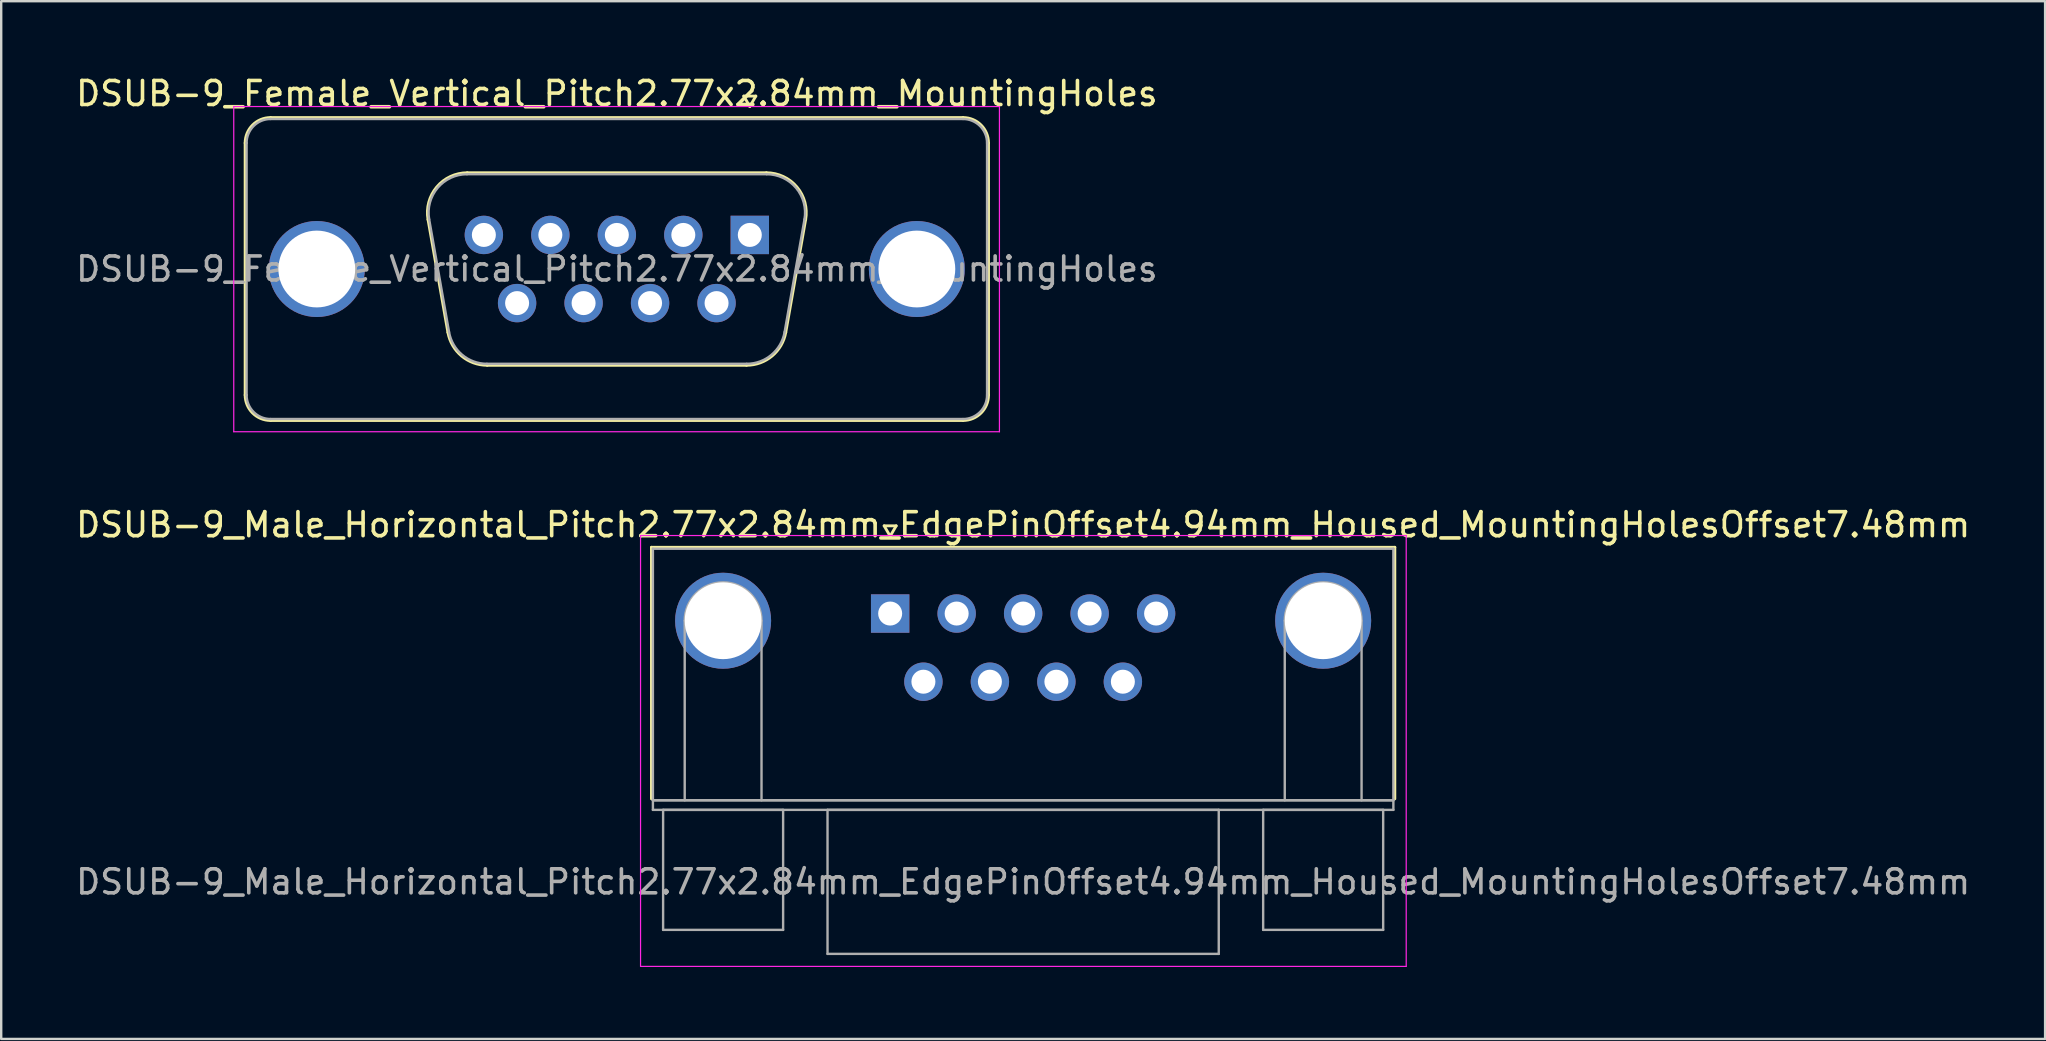
<source format=kicad_pcb>
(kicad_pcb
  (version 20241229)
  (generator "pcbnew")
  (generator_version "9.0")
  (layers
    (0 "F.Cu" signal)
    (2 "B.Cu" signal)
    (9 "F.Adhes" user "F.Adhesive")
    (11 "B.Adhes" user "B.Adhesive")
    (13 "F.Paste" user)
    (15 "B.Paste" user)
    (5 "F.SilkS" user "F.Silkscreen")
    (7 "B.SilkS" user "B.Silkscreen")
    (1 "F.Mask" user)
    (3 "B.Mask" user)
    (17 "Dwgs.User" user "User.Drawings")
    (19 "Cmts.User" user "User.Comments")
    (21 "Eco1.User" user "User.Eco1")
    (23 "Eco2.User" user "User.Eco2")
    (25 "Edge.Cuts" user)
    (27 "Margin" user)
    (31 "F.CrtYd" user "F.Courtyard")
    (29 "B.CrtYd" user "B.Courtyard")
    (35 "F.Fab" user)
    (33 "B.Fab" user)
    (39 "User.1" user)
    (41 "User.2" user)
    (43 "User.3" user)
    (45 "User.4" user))
  (footprint "DSUB-9_Female_Vertical_Pitch2.77x2.84mm_MountingHoles"
    (layer "F.Cu")
    (at 28.189 6.738)
    (property "Reference" "DSUB-9_Female_Vertical_Pitch2.77x2.84mm_MountingHoles" (at -5.54 -5.89 0) (layer "F.SilkS") (effects (font (size 1 1) (thickness 0.15))))
    (attr through_hole)
    (fp_line (start -21.025 6.67) (end -21.025 -3.83) (stroke (width 0.12) (type solid)) (layer "F.SilkS"))
    (fp_line (start -19.965 -4.89) (end 8.885 -4.89) (stroke (width 0.12) (type solid)) (layer "F.SilkS"))
    (fp_line (start -13.406 -0.642) (end -12.578 4.058) (stroke (width 0.12) (type solid)) (layer "F.SilkS"))
    (fp_line (start -11.772 -2.59) (end 0.692 -2.59) (stroke (width 0.12) (type solid)) (layer "F.SilkS"))
    (fp_line (start -10.943 5.43) (end -0.137 5.43) (stroke (width 0.12) (type solid)) (layer "F.SilkS"))
    (fp_line (start -0.25 -5.784) (end 0.25 -5.784) (stroke (width 0.12) (type solid)) (layer "F.SilkS"))
    (fp_line (start 0 -5.351) (end -0.25 -5.784) (stroke (width 0.12) (type solid)) (layer "F.SilkS"))
    (fp_line (start 0.25 -5.784) (end 0 -5.351) (stroke (width 0.12) (type solid)) (layer "F.SilkS"))
    (fp_line (start 2.326 -0.642) (end 1.498 4.058) (stroke (width 0.12) (type solid)) (layer "F.SilkS"))
    (fp_line (start 8.885 7.73) (end -19.965 7.73) (stroke (width 0.12) (type solid)) (layer "F.SilkS"))
    (fp_line (start 9.945 -3.83) (end 9.945 6.67) (stroke (width 0.12) (type solid)) (layer "F.SilkS"))
    (fp_arc (start -21.025 -3.83) (mid -20.714533 -4.579533) (end -19.965 -4.89) (stroke (width 0.12) (type solid)) (layer "F.SilkS"))
    (fp_arc (start -19.965 7.73) (mid -20.714533 7.419533) (end -21.025 6.67) (stroke (width 0.12) (type solid)) (layer "F.SilkS"))
    (fp_arc (start -13.40647 -0.641744) (mid -13.043323 -1.997028) (end -11.771689 -2.59) (stroke (width 0.12) (type solid)) (layer "F.SilkS"))
    (fp_arc (start -10.942952 5.43) (mid -12.009979 5.041634) (end -12.577733 4.058256) (stroke (width 0.12) (type solid)) (layer "F.SilkS"))
    (fp_arc (start 0.691689 -2.59) (mid 1.963323 -1.997027) (end 2.32647 -0.641744) (stroke (width 0.12) (type solid)) (layer "F.SilkS"))
    (fp_arc (start 1.497733 4.058256) (mid 0.92998 5.041634) (end -0.137048 5.43) (stroke (width 0.12) (type solid)) (layer "F.SilkS"))
    (fp_arc (start 8.885 -4.89) (mid 9.634533 -4.579533) (end 9.945 -3.83) (stroke (width 0.12) (type solid)) (layer "F.SilkS"))
    (fp_arc (start 9.945 6.67) (mid 9.634533 7.419533) (end 8.885 7.73) (stroke (width 0.12) (type solid)) (layer "F.SilkS"))
    (fp_line (start -21.5 -5.35) (end -21.5 8.2) (stroke (width 0.05) (type solid)) (layer "F.CrtYd"))
    (fp_line (start -21.5 8.2) (end 10.4 8.2) (stroke (width 0.05) (type solid)) (layer "F.CrtYd"))
    (fp_line (start 10.4 -5.35) (end -21.5 -5.35) (stroke (width 0.05) (type solid)) (layer "F.CrtYd"))
    (fp_line (start 10.4 8.2) (end 10.4 -5.35) (stroke (width 0.05) (type solid)) (layer "F.CrtYd"))
    (fp_line (start -20.965 6.67) (end -20.965 -3.83) (stroke (width 0.1) (type solid)) (layer "F.Fab"))
    (fp_line (start -19.965 -4.83) (end 8.885 -4.83) (stroke (width 0.1) (type solid)) (layer "F.Fab"))
    (fp_line (start -13.359 -0.652) (end -12.53 4.048) (stroke (width 0.1) (type solid)) (layer "F.Fab"))
    (fp_line (start -11.783 -2.53) (end 0.703 -2.53) (stroke (width 0.1) (type solid)) (layer "F.Fab"))
    (fp_line (start -10.954 5.37) (end -0.126 5.37) (stroke (width 0.1) (type solid)) (layer "F.Fab"))
    (fp_line (start 2.279 -0.652) (end 1.45 4.048) (stroke (width 0.1) (type solid)) (layer "F.Fab"))
    (fp_line (start 8.885 7.67) (end -19.965 7.67) (stroke (width 0.1) (type solid)) (layer "F.Fab"))
    (fp_line (start 9.885 -3.83) (end 9.885 6.67) (stroke (width 0.1) (type solid)) (layer "F.Fab"))
    (fp_arc (start -20.965 -3.83) (mid -20.672107 -4.537107) (end -19.965 -4.83) (stroke (width 0.1) (type solid)) (layer "F.Fab"))
    (fp_arc (start -19.965 7.67) (mid -20.672107 7.377107) (end -20.965 6.67) (stroke (width 0.1) (type solid)) (layer "F.Fab"))
    (fp_arc (start -13.358886 -0.652163) (mid -13.008865 -1.95846) (end -11.783194 -2.53) (stroke (width 0.1) (type solid)) (layer "F.Fab"))
    (fp_arc (start -10.954457 5.37) (mid -11.982917 4.995671) (end -12.530149 4.047837) (stroke (width 0.1) (type solid)) (layer "F.Fab"))
    (fp_arc (start 0.703194 -2.53) (mid 1.928865 -1.95846) (end 2.278886 -0.652163) (stroke (width 0.1) (type solid)) (layer "F.Fab"))
    (fp_arc (start 1.450149 4.047837) (mid 0.902917 4.995671) (end -0.125543 5.37) (stroke (width 0.1) (type solid)) (layer "F.Fab"))
    (fp_arc (start 8.885 -4.83) (mid 9.592107 -4.537107) (end 9.885 -3.83) (stroke (width 0.1) (type solid)) (layer "F.Fab"))
    (fp_arc (start 9.885 6.67) (mid 9.592107 7.377107) (end 8.885 7.67) (stroke (width 0.1) (type solid)) (layer "F.Fab"))
    (fp_text user "${REFERENCE}" (at -5.54 1.42 0) (layer "F.Fab") (effects (font (size 1 1) (thickness 0.15))))
    (pad "0" thru_hole circle (at -18.04 1.42) (size 4 4) (drill 3.2) (layers "*.Cu" "*.Mask"))
    (pad "0" thru_hole circle (at 6.96 1.42) (size 4 4) (drill 3.2) (layers "*.Cu" "*.Mask"))
    (pad "1" thru_hole rect (at 0 0) (size 1.6 1.6) (drill 1) (layers "*.Cu" "*.Mask"))
    (pad "2" thru_hole circle (at -2.77 0) (size 1.6 1.6) (drill 1) (layers "*.Cu" "*.Mask"))
    (pad "3" thru_hole circle (at -5.54 0) (size 1.6 1.6) (drill 1) (layers "*.Cu" "*.Mask"))
    (pad "4" thru_hole circle (at -8.31 0) (size 1.6 1.6) (drill 1) (layers "*.Cu" "*.Mask"))
    (pad "5" thru_hole circle (at -11.08 0) (size 1.6 1.6) (drill 1) (layers "*.Cu" "*.Mask"))
    (pad "6" thru_hole circle (at -1.385 2.84) (size 1.6 1.6) (drill 1) (layers "*.Cu" "*.Mask"))
    (pad "7" thru_hole circle (at -4.155 2.84) (size 1.6 1.6) (drill 1) (layers "*.Cu" "*.Mask"))
    (pad "8" thru_hole circle (at -6.925 2.84) (size 1.6 1.6) (drill 1) (layers "*.Cu" "*.Mask"))
    (pad "9" thru_hole circle (at -9.695 2.84) (size 1.6 1.6) (drill 1) (layers "*.Cu" "*.Mask")))
  (footprint "DSUB-9_Male_Horizontal_Pitch2.77x2.84mm_EdgePinOffset4.94mm_Housed_MountingHolesOffset7.48mm"
    (layer "F.Cu")
    (at 34.037 22.512)
    (property "Reference" "DSUB-9_Male_Horizontal_Pitch2.77x2.84mm_EdgePinOffset4.94mm_Housed_MountingHolesOffset7.48mm" (at 5.54 -3.7 0) (layer "F.SilkS") (effects (font (size 1 1) (thickness 0.15))))
    (attr through_hole)
    (fp_line (start -9.945 -2.76) (end 21.025 -2.76) (stroke (width 0.12) (type solid)) (layer "F.SilkS"))
    (fp_line (start -9.945 7.72) (end -9.945 -2.76) (stroke (width 0.12) (type solid)) (layer "F.SilkS"))
    (fp_line (start -0.25 -3.654) (end 0.25 -3.654) (stroke (width 0.12) (type solid)) (layer "F.SilkS"))
    (fp_line (start 0 -3.221) (end -0.25 -3.654) (stroke (width 0.12) (type solid)) (layer "F.SilkS"))
    (fp_line (start 0.25 -3.654) (end 0 -3.221) (stroke (width 0.12) (type solid)) (layer "F.SilkS"))
    (fp_line (start 21.025 -2.76) (end 21.025 7.72) (stroke (width 0.12) (type solid)) (layer "F.SilkS"))
    (fp_line (start -10.4 -3.25) (end -10.4 14.7) (stroke (width 0.05) (type solid)) (layer "F.CrtYd"))
    (fp_line (start -10.4 14.7) (end 21.5 14.7) (stroke (width 0.05) (type solid)) (layer "F.CrtYd"))
    (fp_line (start 21.5 -3.25) (end -10.4 -3.25) (stroke (width 0.05) (type solid)) (layer "F.CrtYd"))
    (fp_line (start 21.5 14.7) (end 21.5 -3.25) (stroke (width 0.05) (type solid)) (layer "F.CrtYd"))
    (fp_line (start -9.885 -2.7) (end -9.885 7.78) (stroke (width 0.1) (type solid)) (layer "F.Fab"))
    (fp_line (start -9.885 7.78) (end -9.885 8.18) (stroke (width 0.1) (type solid)) (layer "F.Fab"))
    (fp_line (start -9.885 7.78) (end 20.965 7.78) (stroke (width 0.1) (type solid)) (layer "F.Fab"))
    (fp_line (start -9.885 8.18) (end 20.965 8.18) (stroke (width 0.1) (type solid)) (layer "F.Fab"))
    (fp_line (start -9.46 8.18) (end -9.46 13.18) (stroke (width 0.1) (type solid)) (layer "F.Fab"))
    (fp_line (start -9.46 13.18) (end -4.46 13.18) (stroke (width 0.1) (type solid)) (layer "F.Fab"))
    (fp_line (start -8.56 7.78) (end -8.56 0.3) (stroke (width 0.1) (type solid)) (layer "F.Fab"))
    (fp_line (start -5.36 7.78) (end -5.36 0.3) (stroke (width 0.1) (type solid)) (layer "F.Fab"))
    (fp_line (start -4.46 8.18) (end -9.46 8.18) (stroke (width 0.1) (type solid)) (layer "F.Fab"))
    (fp_line (start -4.46 13.18) (end -4.46 8.18) (stroke (width 0.1) (type solid)) (layer "F.Fab"))
    (fp_line (start -2.61 8.18) (end -2.61 14.18) (stroke (width 0.1) (type solid)) (layer "F.Fab"))
    (fp_line (start -2.61 14.18) (end 13.69 14.18) (stroke (width 0.1) (type solid)) (layer "F.Fab"))
    (fp_line (start 13.69 8.18) (end -2.61 8.18) (stroke (width 0.1) (type solid)) (layer "F.Fab"))
    (fp_line (start 13.69 14.18) (end 13.69 8.18) (stroke (width 0.1) (type solid)) (layer "F.Fab"))
    (fp_line (start 15.54 8.18) (end 15.54 13.18) (stroke (width 0.1) (type solid)) (layer "F.Fab"))
    (fp_line (start 15.54 13.18) (end 20.54 13.18) (stroke (width 0.1) (type solid)) (layer "F.Fab"))
    (fp_line (start 16.44 7.78) (end 16.44 0.3) (stroke (width 0.1) (type solid)) (layer "F.Fab"))
    (fp_line (start 19.64 7.78) (end 19.64 0.3) (stroke (width 0.1) (type solid)) (layer "F.Fab"))
    (fp_line (start 20.54 8.18) (end 15.54 8.18) (stroke (width 0.1) (type solid)) (layer "F.Fab"))
    (fp_line (start 20.54 13.18) (end 20.54 8.18) (stroke (width 0.1) (type solid)) (layer "F.Fab"))
    (fp_line (start 20.965 -2.7) (end -9.885 -2.7) (stroke (width 0.1) (type solid)) (layer "F.Fab"))
    (fp_line (start 20.965 7.78) (end -9.885 7.78) (stroke (width 0.1) (type solid)) (layer "F.Fab"))
    (fp_line (start 20.965 7.78) (end 20.965 -2.7) (stroke (width 0.1) (type solid)) (layer "F.Fab"))
    (fp_line (start 20.965 8.18) (end 20.965 7.78) (stroke (width 0.1) (type solid)) (layer "F.Fab"))
    (fp_arc (start -8.56 0.3) (mid -6.96 -1.3) (end -5.36 0.3) (stroke (width 0.1) (type solid)) (layer "F.Fab"))
    (fp_arc (start 16.44 0.3) (mid 18.04 -1.3) (end 19.64 0.3) (stroke (width 0.1) (type solid)) (layer "F.Fab"))
    (fp_text user "${REFERENCE}" (at 5.54 11.18 0) (layer "F.Fab") (effects (font (size 1 1) (thickness 0.15))))
    (pad "0" thru_hole circle (at -6.96 0.3) (size 4 4) (drill 3.2) (layers "*.Cu" "*.Mask"))
    (pad "0" thru_hole circle (at 18.04 0.3) (size 4 4) (drill 3.2) (layers "*.Cu" "*.Mask"))
    (pad "1" thru_hole rect (at 0 0) (size 1.6 1.6) (drill 1) (layers "*.Cu" "*.Mask"))
    (pad "2" thru_hole circle (at 2.77 0) (size 1.6 1.6) (drill 1) (layers "*.Cu" "*.Mask"))
    (pad "3" thru_hole circle (at 5.54 0) (size 1.6 1.6) (drill 1) (layers "*.Cu" "*.Mask"))
    (pad "4" thru_hole circle (at 8.31 0) (size 1.6 1.6) (drill 1) (layers "*.Cu" "*.Mask"))
    (pad "5" thru_hole circle (at 11.08 0) (size 1.6 1.6) (drill 1) (layers "*.Cu" "*.Mask"))
    (pad "6" thru_hole circle (at 1.385 2.84) (size 1.6 1.6) (drill 1) (layers "*.Cu" "*.Mask"))
    (pad "7" thru_hole circle (at 4.155 2.84) (size 1.6 1.6) (drill 1) (layers "*.Cu" "*.Mask"))
    (pad "8" thru_hole circle (at 6.925 2.84) (size 1.6 1.6) (drill 1) (layers "*.Cu" "*.Mask"))
    (pad "9" thru_hole circle (at 9.695 2.84) (size 1.6 1.6) (drill 1) (layers "*.Cu" "*.Mask")))
  (gr_rect
    (start -3 -3)
    (end 82.155 40.236)
    (stroke (width 0.1) (type default))
    (fill no)
    (layer "Edge.Cuts")))
</source>
